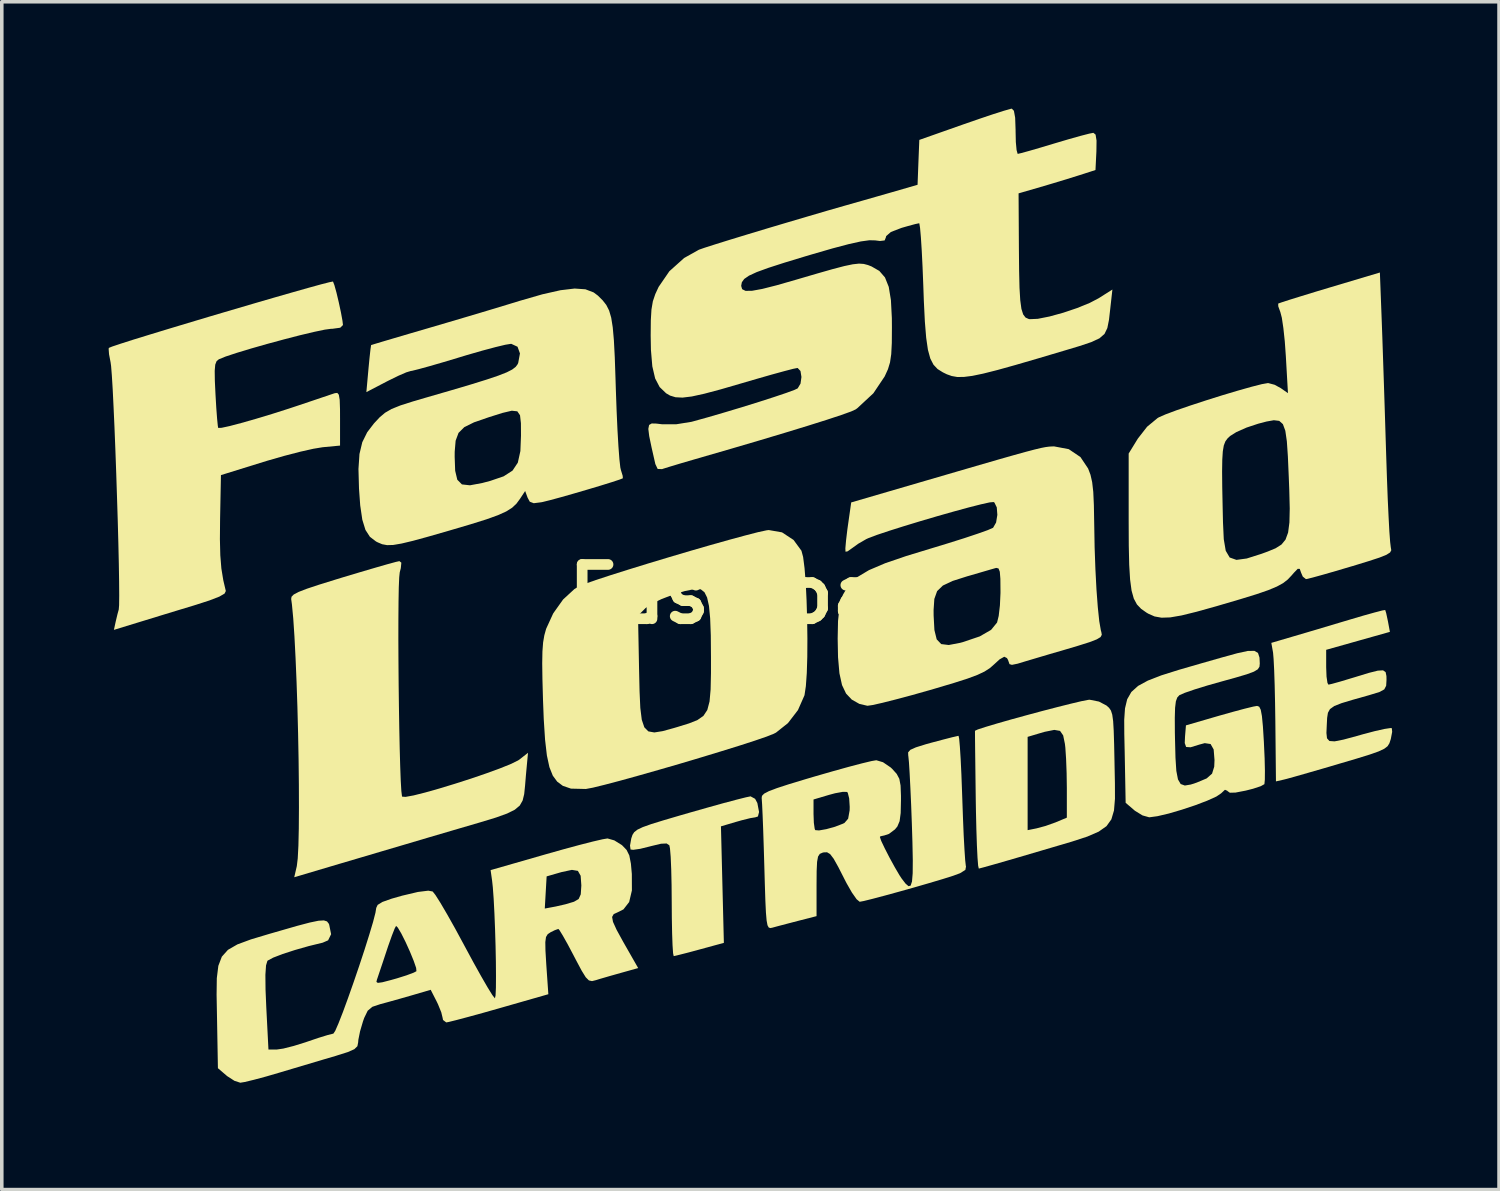
<source format=kicad_pcb>
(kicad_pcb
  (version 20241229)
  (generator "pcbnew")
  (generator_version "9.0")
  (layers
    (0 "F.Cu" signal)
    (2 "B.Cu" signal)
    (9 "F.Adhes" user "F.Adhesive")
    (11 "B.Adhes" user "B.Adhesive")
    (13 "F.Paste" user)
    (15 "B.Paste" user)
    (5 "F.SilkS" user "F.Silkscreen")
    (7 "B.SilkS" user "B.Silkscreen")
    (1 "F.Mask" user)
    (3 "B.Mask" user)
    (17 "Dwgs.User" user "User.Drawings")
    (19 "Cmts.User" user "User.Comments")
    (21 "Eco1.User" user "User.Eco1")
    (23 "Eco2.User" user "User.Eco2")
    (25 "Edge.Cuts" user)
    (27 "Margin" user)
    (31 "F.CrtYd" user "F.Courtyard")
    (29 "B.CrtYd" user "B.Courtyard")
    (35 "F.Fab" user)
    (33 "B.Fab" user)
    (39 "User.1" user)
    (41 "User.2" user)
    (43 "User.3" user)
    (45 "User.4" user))
  (footprint "FastLoad"
    (layer "F.Cu")
    (at 18.012 13.632)
    (property "Reference" "FastLoad" (at 0 0 0) (layer "F.SilkS") (effects (font (size 1.524 1.524) (thickness 0.3))))
    (attr board_only exclude_from_pos_files exclude_from_bom)
    (fp_poly (pts (xy 0.138 5.745) (xy 0.201 5.863) (xy 0.249 6.116) (xy 0.217 6.241) (xy 0.142 6.265) (xy 0.001 6.288) (xy -0.236 6.347) (xy -0.395 6.392) (xy -0.821 6.518) (xy -0.78 8.153) (xy -0.739 9.789) (xy -1.417 9.974) (xy -1.735 10.06) (xy -1.987 10.124) (xy -2.131 10.158) (xy -2.148 10.16) (xy -2.165 10.08) (xy -2.18 9.857) (xy -2.192 9.519) (xy -2.2 9.092) (xy -2.203 8.657) (xy -2.207 8.165) (xy -2.217 7.728) (xy -2.232 7.376) (xy -2.252 7.139) (xy -2.27 7.05) (xy -2.347 6.999) (xy -2.503 7.006) (xy -2.775 7.071) (xy -2.821 7.083) (xy -3.088 7.149) (xy -3.285 7.177) (xy -3.359 7.168) (xy -3.374 7.058) (xy -3.34 6.864) (xy -3.336 6.85) (xy -3.305 6.757) (xy -3.256 6.681) (xy -3.168 6.612) (xy -3.017 6.54) (xy -2.782 6.456) (xy -2.439 6.35) (xy -1.967 6.211) (xy -1.693 6.132) (xy -1.197 5.991) (xy -0.752 5.867) (xy -0.383 5.769) (xy -0.121 5.703) (xy 0.009 5.676) (xy 0.011 5.676)) (stroke (width 0) (type solid)) (fill yes) (layer "F.SilkS"))
    (fp_poly (pts (xy 9.792 3.015) (xy 10.002 3.125) (xy 10.075 3.19) (xy 10.128 3.267) (xy 10.165 3.383) (xy 10.19 3.564) (xy 10.206 3.835) (xy 10.218 4.223) (xy 10.229 4.754) (xy 10.229 4.765) (xy 10.24 5.315) (xy 10.241 5.744) (xy 10.214 6.072) (xy 10.14 6.322) (xy 10.003 6.513) (xy 9.784 6.667) (xy 9.466 6.805) (xy 9.031 6.947) (xy 8.461 7.115) (xy 8.169 7.201) (xy 7.66 7.351) (xy 7.207 7.483) (xy 6.834 7.59) (xy 6.567 7.665) (xy 6.43 7.701) (xy 6.418 7.703) (xy 6.4 7.623) (xy 6.382 7.397) (xy 6.365 7.049) (xy 6.351 6.625) (xy 7.789 6.625) (xy 8.039 6.575) (xy 8.292 6.507) (xy 8.57 6.408) (xy 8.589 6.4) (xy 8.89 6.274) (xy 8.89 5.435) (xy 8.884 5.022) (xy 8.869 4.625) (xy 8.848 4.307) (xy 8.836 4.203) (xy 8.787 3.965) (xy 8.699 3.838) (xy 8.538 3.81) (xy 8.269 3.864) (xy 8.117 3.908) (xy 7.789 4.006) (xy 7.789 6.625) (xy 6.351 6.625) (xy 6.35 6.604) (xy 6.338 6.083) (xy 6.333 5.779) (xy 6.326 5.227) (xy 6.32 4.735) (xy 6.315 4.327) (xy 6.312 4.028) (xy 6.311 3.861) (xy 6.311 3.835) (xy 6.392 3.797) (xy 6.607 3.727) (xy 6.925 3.632) (xy 7.316 3.52) (xy 7.749 3.401) (xy 8.195 3.281) (xy 8.622 3.17) (xy 9.001 3.075) (xy 9.3 3.004) (xy 9.49 2.967) (xy 9.53 2.963)) (stroke (width 0) (type solid)) (fill yes) (layer "F.SilkS"))
    (fp_poly (pts (xy -9.794 -0.885) (xy -9.809 -0.731) (xy -9.839 -0.614) (xy -9.854 -0.473) (xy -9.866 -0.19) (xy -9.873 0.21) (xy -9.877 0.704) (xy -9.878 1.269) (xy -9.875 1.882) (xy -9.87 2.519) (xy -9.862 3.156) (xy -9.852 3.77) (xy -9.84 4.337) (xy -9.826 4.835) (xy -9.811 5.239) (xy -9.794 5.526) (xy -9.776 5.673) (xy -9.772 5.684) (xy -9.676 5.691) (xy -9.45 5.65) (xy -9.124 5.568) (xy -8.728 5.456) (xy -8.291 5.323) (xy -7.842 5.179) (xy -7.41 5.031) (xy -7.026 4.891) (xy -6.719 4.767) (xy -6.517 4.668) (xy -6.477 4.641) (xy -6.238 4.453) (xy -6.296 5.077) (xy -6.321 5.379) (xy -6.345 5.613) (xy -6.389 5.793) (xy -6.47 5.935) (xy -6.609 6.051) (xy -6.824 6.158) (xy -7.135 6.27) (xy -7.561 6.4) (xy -8.122 6.564) (xy -8.367 6.636) (xy -9.007 6.824) (xy -9.682 7.024) (xy -10.346 7.22) (xy -10.951 7.399) (xy -11.452 7.547) (xy -11.544 7.574) (xy -12.801 7.947) (xy -12.729 7.635) (xy -12.703 7.42) (xy -12.684 7.06) (xy -12.673 6.578) (xy -12.669 5.998) (xy -12.671 5.343) (xy -12.679 4.639) (xy -12.693 3.907) (xy -12.712 3.173) (xy -12.736 2.46) (xy -12.764 1.791) (xy -12.795 1.19) (xy -12.829 0.681) (xy -12.866 0.288) (xy -12.887 0.135) (xy -12.877 0.072) (xy -12.815 0.009) (xy -12.679 -0.063) (xy -12.449 -0.152) (xy -12.103 -0.267) (xy -11.623 -0.416) (xy -11.43 -0.475) (xy -10.952 -0.618) (xy -10.527 -0.743) (xy -10.183 -0.842) (xy -9.947 -0.906) (xy -9.849 -0.928)) (stroke (width 0) (type solid)) (fill yes) (layer "F.SilkS"))
    (fp_poly (pts (xy 17.828 0.444) (xy 17.856 0.533) (xy 17.897 0.724) (xy 17.905 0.762) (xy 17.96 1.058) (xy 17.065 1.31) (xy 16.171 1.562) (xy 16.171 2.051) (xy 16.181 2.313) (xy 16.207 2.491) (xy 16.235 2.54) (xy 16.34 2.516) (xy 16.564 2.454) (xy 16.866 2.363) (xy 16.976 2.33) (xy 17.364 2.211) (xy 17.618 2.147) (xy 17.768 2.138) (xy 17.84 2.188) (xy 17.863 2.299) (xy 17.865 2.407) (xy 17.855 2.571) (xy 17.802 2.673) (xy 17.665 2.747) (xy 17.407 2.826) (xy 17.378 2.835) (xy 16.923 2.963) (xy 16.604 3.059) (xy 16.398 3.14) (xy 16.278 3.225) (xy 16.22 3.33) (xy 16.198 3.473) (xy 16.188 3.669) (xy 16.178 3.897) (xy 16.194 4.046) (xy 16.262 4.122) (xy 16.407 4.132) (xy 16.656 4.083) (xy 17.033 3.981) (xy 17.202 3.933) (xy 17.539 3.844) (xy 17.811 3.783) (xy 17.979 3.758) (xy 18.014 3.762) (xy 18.024 3.866) (xy 17.987 4.058) (xy 17.98 4.083) (xy 17.946 4.186) (xy 17.895 4.268) (xy 17.801 4.34) (xy 17.642 4.415) (xy 17.392 4.503) (xy 17.027 4.616) (xy 16.549 4.757) (xy 16.081 4.895) (xy 15.655 5.018) (xy 15.305 5.118) (xy 15.064 5.185) (xy 14.98 5.206) (xy 14.761 5.256) (xy 14.744 3.581) (xy 14.736 3.047) (xy 14.725 2.555) (xy 14.711 2.136) (xy 14.695 1.822) (xy 14.68 1.643) (xy 14.679 1.636) (xy 14.631 1.367) (xy 15.253 1.184) (xy 15.6 1.082) (xy 16.043 0.95) (xy 16.519 0.808) (xy 16.841 0.712) (xy 17.217 0.601) (xy 17.529 0.514) (xy 17.743 0.458) (xy 17.828 0.444)) (stroke (width 0) (type solid)) (fill yes) (layer "F.SilkS"))
    (fp_poly (pts (xy 14.257 1.651) (xy 14.299 1.78) (xy 14.307 1.947) (xy 14.298 2.037) (xy 14.251 2.109) (xy 14.142 2.175) (xy 13.942 2.249) (xy 13.628 2.342) (xy 13.249 2.447) (xy 12.838 2.563) (xy 12.478 2.674) (xy 12.205 2.768) (xy 12.055 2.833) (xy 12.048 2.838) (xy 11.99 2.901) (xy 11.951 3.009) (xy 11.929 3.19) (xy 11.921 3.472) (xy 11.923 3.885) (xy 11.927 4.075) (xy 11.94 4.593) (xy 11.964 4.961) (xy 12.01 5.2) (xy 12.086 5.33) (xy 12.203 5.372) (xy 12.371 5.344) (xy 12.532 5.291) (xy 12.814 5.173) (xy 12.967 5.039) (xy 13.028 4.843) (xy 13.036 4.657) (xy 13.012 4.359) (xy 12.926 4.207) (xy 12.762 4.182) (xy 12.612 4.222) (xy 12.365 4.298) (xy 12.239 4.29) (xy 12.2 4.179) (xy 12.208 4) (xy 12.234 3.683) (xy 13.166 3.412) (xy 13.55 3.304) (xy 13.882 3.215) (xy 14.124 3.156) (xy 14.232 3.137) (xy 14.291 3.159) (xy 14.334 3.245) (xy 14.367 3.422) (xy 14.395 3.715) (xy 14.422 4.149) (xy 14.424 4.196) (xy 14.443 4.607) (xy 14.451 4.955) (xy 14.449 5.208) (xy 14.437 5.33) (xy 14.436 5.334) (xy 14.334 5.391) (xy 14.119 5.462) (xy 13.911 5.515) (xy 13.625 5.57) (xy 13.466 5.574) (xy 13.4 5.527) (xy 13.397 5.52) (xy 13.329 5.491) (xy 13.222 5.591) (xy 13.087 5.682) (xy 12.83 5.798) (xy 12.493 5.926) (xy 12.12 6.05) (xy 11.753 6.158) (xy 11.434 6.233) (xy 11.206 6.264) (xy 11.202 6.264) (xy 11.014 6.211) (xy 10.802 6.081) (xy 10.779 6.061) (xy 10.541 5.857) (xy 10.514 4.423) (xy 10.503 3.927) (xy 10.501 3.526) (xy 10.523 3.206) (xy 10.584 2.951) (xy 10.701 2.746) (xy 10.889 2.576) (xy 11.164 2.426) (xy 11.54 2.28) (xy 12.035 2.124) (xy 12.664 1.942) (xy 13.242 1.777) (xy 13.674 1.658) (xy 13.97 1.594) (xy 14.156 1.591)) (stroke (width 0) (type solid)) (fill yes) (layer "F.SilkS"))
    (fp_poly (pts (xy 0.893 -1.736) (xy 1.217 -1.523) (xy 1.439 -1.22) (xy 1.486 -1.044) (xy 1.526 -0.731) (xy 1.559 -0.313) (xy 1.583 0.176) (xy 1.599 0.706) (xy 1.606 1.244) (xy 1.603 1.758) (xy 1.589 2.214) (xy 1.563 2.581) (xy 1.526 2.828) (xy 1.522 2.844) (xy 1.341 3.254) (xy 1.06 3.62) (xy 0.725 3.886) (xy 0.659 3.92) (xy 0.462 3.998) (xy 0.131 4.112) (xy -0.305 4.253) (xy -0.82 4.413) (xy -1.389 4.586) (xy -1.983 4.763) (xy -2.577 4.935) (xy -3.144 5.096) (xy -3.657 5.238) (xy -4.09 5.352) (xy -4.416 5.432) (xy -4.609 5.468) (xy -4.614 5.469) (xy -5.032 5.459) (xy -5.26 5.381) (xy -5.418 5.263) (xy -5.542 5.095) (xy -5.637 4.856) (xy -5.708 4.527) (xy -5.759 4.085) (xy -5.796 3.511) (xy -5.817 2.968) (xy -5.833 2.384) (xy -5.839 1.941) (xy -5.833 1.608) (xy -5.814 1.355) (xy -5.78 1.155) (xy -5.73 0.976) (xy -5.727 0.968) (xy -5.559 0.601) (xy -3.149 0.601) (xy -3.12 2.108) (xy -3.106 2.727) (xy -3.085 3.193) (xy -3.044 3.525) (xy -2.972 3.738) (xy -2.859 3.852) (xy -2.691 3.882) (xy -2.459 3.845) (xy -2.15 3.76) (xy -2.038 3.727) (xy -1.718 3.628) (xy -1.48 3.533) (xy -1.313 3.416) (xy -1.204 3.251) (xy -1.141 3.012) (xy -1.111 2.674) (xy -1.101 2.211) (xy -1.101 1.78) (xy -1.106 1.154) (xy -1.124 0.678) (xy -1.157 0.33) (xy -1.21 0.093) (xy -1.284 -0.055) (xy -1.383 -0.133) (xy -1.395 -0.138) (xy -1.566 -0.142) (xy -1.838 -0.087) (xy -2.162 0.012) (xy -2.486 0.136) (xy -2.763 0.268) (xy -2.938 0.39) (xy -3.149 0.601) (xy -5.559 0.601) (xy -5.529 0.537) (xy -5.253 0.149) (xy -4.937 -0.142) (xy -4.813 -0.219) (xy -4.639 -0.29) (xy -4.332 -0.398) (xy -3.917 -0.534) (xy -3.419 -0.691) (xy -2.865 -0.862) (xy -2.28 -1.038) (xy -1.689 -1.213) (xy -1.118 -1.378) (xy -0.592 -1.526) (xy -0.138 -1.649) (xy 0.219 -1.741) (xy 0.454 -1.792) (xy 0.519 -1.801)) (stroke (width 0) (type solid)) (fill yes) (layer "F.SilkS"))
    (fp_poly (pts (xy -11.713 -8.778) (xy -11.674 -8.678) (xy -11.615 -8.465) (xy -11.55 -8.191) (xy -11.49 -7.911) (xy -11.447 -7.676) (xy -11.433 -7.556) (xy -11.51 -7.481) (xy -11.732 -7.451) (xy -11.766 -7.451) (xy -11.944 -7.427) (xy -12.248 -7.363) (xy -12.643 -7.269) (xy -13.092 -7.153) (xy -13.561 -7.026) (xy -14.013 -6.897) (xy -14.413 -6.776) (xy -14.725 -6.673) (xy -14.913 -6.597) (xy -14.918 -6.595) (xy -14.981 -6.542) (xy -15.019 -6.445) (xy -15.034 -6.271) (xy -15.03 -5.99) (xy -15.012 -5.609) (xy -14.99 -5.235) (xy -14.967 -4.93) (xy -14.947 -4.729) (xy -14.936 -4.668) (xy -14.842 -4.671) (xy -14.615 -4.72) (xy -14.285 -4.807) (xy -13.878 -4.923) (xy -13.424 -5.06) (xy -12.95 -5.211) (xy -12.7 -5.294) (xy -12.325 -5.42) (xy -11.999 -5.53) (xy -11.762 -5.61) (xy -11.663 -5.643) (xy -11.592 -5.651) (xy -11.549 -5.599) (xy -11.525 -5.456) (xy -11.516 -5.193) (xy -11.515 -4.932) (xy -11.515 -4.172) (xy -12.002 -4.126) (xy -12.263 -4.083) (xy -12.64 -3.998) (xy -13.086 -3.882) (xy -13.556 -3.747) (xy -13.674 -3.711) (xy -14.859 -3.343) (xy -14.883 -2.116) (xy -14.888 -1.541) (xy -14.877 -1.091) (xy -14.847 -0.722) (xy -14.793 -0.391) (xy -14.722 -0.089) (xy -14.756 -0.018) (xy -14.903 0.068) (xy -15.182 0.176) (xy -15.608 0.313) (xy -15.621 0.317) (xy -16.08 0.456) (xy -16.562 0.603) (xy -16.995 0.736) (xy -17.208 0.801) (xy -17.864 1.002) (xy -17.815 0.776) (xy -17.764 0.561) (xy -17.728 0.431) (xy -17.718 0.307) (xy -17.715 0.036) (xy -17.718 -0.358) (xy -17.726 -0.854) (xy -17.739 -1.429) (xy -17.756 -2.059) (xy -17.777 -2.723) (xy -17.799 -3.398) (xy -17.823 -4.061) (xy -17.848 -4.689) (xy -17.874 -5.261) (xy -17.898 -5.752) (xy -17.922 -6.142) (xy -17.943 -6.406) (xy -17.957 -6.508) (xy -18.001 -6.738) (xy -18.012 -6.889) (xy -18.005 -6.915) (xy -17.912 -6.953) (xy -17.679 -7.031) (xy -17.329 -7.143) (xy -16.881 -7.281) (xy -16.359 -7.44) (xy -15.782 -7.614) (xy -15.174 -7.796) (xy -14.554 -7.979) (xy -13.945 -8.158) (xy -13.368 -8.326) (xy -12.845 -8.476) (xy -12.396 -8.603) (xy -12.044 -8.7) (xy -11.809 -8.76) (xy -11.714 -8.778)) (stroke (width 0) (type solid)) (fill yes) (layer "F.SilkS"))
    (fp_poly (pts (xy 17.731 -7.669) (xy 17.748 -7.204) (xy 17.768 -6.611) (xy 17.791 -5.929) (xy 17.815 -5.199) (xy 17.838 -4.463) (xy 17.856 -3.895) (xy 17.877 -3.264) (xy 17.899 -2.683) (xy 17.923 -2.174) (xy 17.945 -1.761) (xy 17.967 -1.467) (xy 17.985 -1.315) (xy 17.987 -1.306) (xy 17.999 -1.234) (xy 17.965 -1.171) (xy 17.863 -1.106) (xy 17.669 -1.028) (xy 17.36 -0.927) (xy 16.914 -0.79) (xy 16.868 -0.777) (xy 16.443 -0.651) (xy 16.074 -0.545) (xy 15.791 -0.467) (xy 15.627 -0.427) (xy 15.602 -0.423) (xy 15.514 -0.494) (xy 15.466 -0.605) (xy 15.429 -0.711) (xy 15.372 -0.712) (xy 15.26 -0.596) (xy 15.2 -0.526) (xy 15.091 -0.411) (xy 14.961 -0.31) (xy 14.786 -0.214) (xy 14.544 -0.113) (xy 14.21 0.002) (xy 13.762 0.14) (xy 13.177 0.312) (xy 13.089 0.338) (xy 12.533 0.493) (xy 12.11 0.597) (xy 11.791 0.652) (xy 11.548 0.66) (xy 11.353 0.625) (xy 11.178 0.548) (xy 11.127 0.518) (xy 10.976 0.412) (xy 10.858 0.288) (xy 10.77 0.124) (xy 10.707 -0.102) (xy 10.666 -0.411) (xy 10.641 -0.824) (xy 10.629 -1.363) (xy 10.626 -2.048) (xy 10.626 -2.081) (xy 10.626 -3.444) (xy 13.249 -3.444) (xy 13.253 -2.998) (xy 13.265 -2.416) (xy 13.274 -2.017) (xy 13.296 -1.543) (xy 13.351 -1.219) (xy 13.462 -1.03) (xy 13.652 -0.963) (xy 13.941 -1.002) (xy 14.354 -1.133) (xy 14.532 -1.198) (xy 14.751 -1.289) (xy 14.914 -1.392) (xy 15.029 -1.531) (xy 15.102 -1.73) (xy 15.139 -2.013) (xy 15.148 -2.404) (xy 15.135 -2.927) (xy 15.121 -3.286) (xy 15.096 -3.864) (xy 15.067 -4.292) (xy 15.024 -4.589) (xy 14.956 -4.774) (xy 14.853 -4.866) (xy 14.702 -4.884) (xy 14.494 -4.847) (xy 14.262 -4.786) (xy 13.936 -4.678) (xy 13.646 -4.549) (xy 13.474 -4.441) (xy 13.398 -4.369) (xy 13.34 -4.288) (xy 13.297 -4.176) (xy 13.269 -4.012) (xy 13.254 -3.775) (xy 13.249 -3.444) (xy 10.626 -3.444) (xy 10.626 -3.949) (xy 10.883 -4.367) (xy 11.143 -4.701) (xy 11.438 -4.945) (xy 11.476 -4.967) (xy 11.663 -5.049) (xy 11.968 -5.163) (xy 12.358 -5.297) (xy 12.798 -5.441) (xy 13.253 -5.584) (xy 13.689 -5.714) (xy 14.071 -5.822) (xy 14.365 -5.897) (xy 14.536 -5.927) (xy 14.543 -5.927) (xy 14.722 -5.88) (xy 14.896 -5.785) (xy 15.098 -5.644) (xy 15.039 -6.676) (xy 15.009 -7.097) (xy 14.969 -7.472) (xy 14.926 -7.761) (xy 14.885 -7.918) (xy 14.826 -8.082) (xy 14.824 -8.159) (xy 14.913 -8.191) (xy 15.137 -8.264) (xy 15.469 -8.367) (xy 15.883 -8.494) (xy 16.269 -8.61) (xy 17.679 -9.031)) (stroke (width 0) (type solid)) (fill yes) (layer "F.SilkS"))
    (fp_poly (pts (xy 8.943 -4.072) (xy 9.272 -3.85) (xy 9.487 -3.529) (xy 9.554 -3.353) (xy 9.601 -3.145) (xy 9.632 -2.873) (xy 9.649 -2.501) (xy 9.658 -1.997) (xy 9.659 -1.947) (xy 9.67 -1.316) (xy 9.692 -0.702) (xy 9.722 -0.132) (xy 9.759 0.363) (xy 9.8 0.756) (xy 9.845 1.016) (xy 9.859 1.065) (xy 9.871 1.14) (xy 9.837 1.204) (xy 9.731 1.268) (xy 9.53 1.346) (xy 9.21 1.447) (xy 8.833 1.559) (xy 8.407 1.683) (xy 8.023 1.797) (xy 7.717 1.888) (xy 7.529 1.945) (xy 7.514 1.95) (xy 7.349 1.984) (xy 7.28 1.964) (xy 7.239 1.847) (xy 7.209 1.794) (xy 7.133 1.756) (xy 7.002 1.83) (xy 6.85 1.969) (xy 6.727 2.077) (xy 6.579 2.172) (xy 6.38 2.266) (xy 6.104 2.369) (xy 5.723 2.491) (xy 5.213 2.643) (xy 5.038 2.694) (xy 4.542 2.834) (xy 4.088 2.955) (xy 3.709 3.051) (xy 3.432 3.113) (xy 3.292 3.133) (xy 3.067 3.081) (xy 2.851 2.959) (xy 2.691 2.789) (xy 2.578 2.551) (xy 2.505 2.219) (xy 2.466 1.769) (xy 2.456 1.245) (xy 2.466 0.753) (xy 2.499 0.444) (xy 5.149 0.444) (xy 5.15 0.597) (xy 5.172 1.007) (xy 5.236 1.268) (xy 5.363 1.401) (xy 5.575 1.427) (xy 5.894 1.366) (xy 5.969 1.346) (xy 6.445 1.185) (xy 6.763 1.002) (xy 6.931 0.796) (xy 6.977 0.611) (xy 7.011 0.316) (xy 7.027 -0.032) (xy 7.027 -0.094) (xy 7.024 -0.431) (xy 7.008 -0.63) (xy 6.972 -0.722) (xy 6.91 -0.738) (xy 6.879 -0.73) (xy 6.729 -0.687) (xy 6.469 -0.611) (xy 6.15 -0.518) (xy 6.096 -0.503) (xy 5.684 -0.372) (xy 5.41 -0.243) (xy 5.248 -0.086) (xy 5.17 0.133) (xy 5.149 0.444) (xy 2.499 0.444) (xy 2.508 0.352) (xy 2.599 0.024) (xy 2.756 -0.245) (xy 2.996 -0.473) (xy 3.334 -0.675) (xy 3.789 -0.869) (xy 4.376 -1.07) (xy 5.042 -1.273) (xy 5.551 -1.428) (xy 6.009 -1.572) (xy 6.389 -1.699) (xy 6.665 -1.797) (xy 6.81 -1.86) (xy 6.821 -1.867) (xy 6.904 -2.013) (xy 6.939 -2.227) (xy 6.923 -2.437) (xy 6.856 -2.574) (xy 6.833 -2.587) (xy 6.722 -2.577) (xy 6.479 -2.523) (xy 6.133 -2.435) (xy 5.715 -2.321) (xy 5.253 -2.19) (xy 4.777 -2.05) (xy 4.317 -1.91) (xy 3.902 -1.779) (xy 3.561 -1.665) (xy 3.324 -1.576) (xy 3.26 -1.547) (xy 3.033 -1.416) (xy 2.857 -1.289) (xy 2.731 -1.201) (xy 2.676 -1.193) (xy 2.672 -1.287) (xy 2.691 -1.506) (xy 2.727 -1.808) (xy 2.74 -1.902) (xy 2.836 -2.576) (xy 4.953 -3.194) (xy 5.769 -3.432) (xy 6.438 -3.627) (xy 6.977 -3.783) (xy 7.403 -3.904) (xy 7.731 -3.995) (xy 7.978 -4.06) (xy 8.16 -4.104) (xy 8.293 -4.13) (xy 8.393 -4.143) (xy 8.478 -4.148) (xy 8.533 -4.149)) (stroke (width 0) (type solid)) (fill yes) (layer "F.SilkS"))
    (fp_poly (pts (xy 5.867 4.059) (xy 5.887 4.284) (xy 5.909 4.629) (xy 5.93 5.069) (xy 5.949 5.579) (xy 5.955 5.749) (xy 5.974 6.285) (xy 5.994 6.769) (xy 6.016 7.172) (xy 6.036 7.467) (xy 6.054 7.628) (xy 6.059 7.645) (xy 6.041 7.741) (xy 5.892 7.834) (xy 5.7 7.905) (xy 5.399 8) (xy 5.022 8.112) (xy 4.604 8.233) (xy 4.177 8.353) (xy 3.776 8.463) (xy 3.436 8.553) (xy 3.19 8.614) (xy 3.074 8.636) (xy 2.988 8.565) (xy 2.856 8.377) (xy 2.702 8.108) (xy 2.658 8.022) (xy 2.474 7.661) (xy 2.343 7.427) (xy 2.244 7.297) (xy 2.158 7.246) (xy 2.063 7.249) (xy 2.029 7.258) (xy 1.954 7.291) (xy 1.905 7.367) (xy 1.878 7.515) (xy 1.866 7.769) (xy 1.863 8.159) (xy 1.863 8.17) (xy 1.863 9.039) (xy 1.333 9.175) (xy 1.026 9.255) (xy 0.764 9.324) (xy 0.625 9.362) (xy 0.565 9.374) (xy 0.52 9.358) (xy 0.486 9.295) (xy 0.461 9.162) (xy 0.442 8.94) (xy 0.426 8.606) (xy 0.411 8.142) (xy 0.397 7.648) (xy 0.381 7.11) (xy 0.365 6.622) (xy 0.349 6.213) (xy 0.347 6.17) (xy 1.778 6.17) (xy 1.787 6.418) (xy 1.811 6.587) (xy 1.826 6.624) (xy 1.932 6.633) (xy 2.137 6.597) (xy 2.379 6.53) (xy 2.598 6.446) (xy 2.646 6.423) (xy 2.75 6.303) (xy 2.792 6.068) (xy 2.794 5.971) (xy 2.779 5.734) (xy 2.74 5.578) (xy 2.72 5.552) (xy 2.603 5.549) (xy 2.383 5.589) (xy 2.212 5.635) (xy 1.778 5.764) (xy 1.778 6.17) (xy 0.347 6.17) (xy 0.335 5.91) (xy 0.324 5.741) (xy 0.322 5.724) (xy 0.331 5.662) (xy 0.391 5.6) (xy 0.525 5.53) (xy 0.75 5.445) (xy 1.09 5.334) (xy 1.563 5.191) (xy 1.82 5.115) (xy 2.314 4.973) (xy 2.763 4.848) (xy 3.137 4.75) (xy 3.407 4.685) (xy 3.541 4.662) (xy 3.729 4.718) (xy 3.943 4.864) (xy 3.986 4.904) (xy 4.113 5.045) (xy 4.187 5.184) (xy 4.222 5.372) (xy 4.233 5.66) (xy 4.233 5.793) (xy 4.225 6.144) (xy 4.195 6.372) (xy 4.132 6.522) (xy 4.064 6.604) (xy 3.896 6.73) (xy 3.768 6.773) (xy 3.655 6.798) (xy 3.641 6.818) (xy 3.679 6.928) (xy 3.778 7.136) (xy 3.912 7.397) (xy 4.058 7.663) (xy 4.189 7.887) (xy 4.25 7.98) (xy 4.361 8.125) (xy 4.445 8.198) (xy 4.504 8.183) (xy 4.543 8.066) (xy 4.562 7.834) (xy 4.565 7.472) (xy 4.555 6.966) (xy 4.539 6.456) (xy 4.519 5.918) (xy 4.497 5.43) (xy 4.476 5.02) (xy 4.457 4.716) (xy 4.44 4.546) (xy 4.437 4.529) (xy 4.434 4.441) (xy 4.496 4.37) (xy 4.652 4.3) (xy 4.931 4.213) (xy 5.097 4.167) (xy 5.421 4.081) (xy 5.678 4.015) (xy 5.829 3.98) (xy 5.85 3.977)) (stroke (width 0) (type solid)) (fill yes) (layer "F.SilkS"))
    (fp_poly (pts (xy -4.626 -8.56) (xy -4.395 -8.472) (xy -4.275 -8.382) (xy -4.143 -8.251) (xy -4.04 -8.12) (xy -3.961 -7.964) (xy -3.902 -7.763) (xy -3.859 -7.492) (xy -3.827 -7.13) (xy -3.802 -6.653) (xy -3.781 -6.04) (xy -3.771 -5.721) (xy -3.75 -5.141) (xy -3.726 -4.608) (xy -3.699 -4.148) (xy -3.672 -3.789) (xy -3.646 -3.556) (xy -3.63 -3.487) (xy -3.58 -3.324) (xy -3.575 -3.254) (xy -3.668 -3.217) (xy -3.887 -3.145) (xy -4.196 -3.049) (xy -4.56 -2.94) (xy -4.94 -2.829) (xy -5.301 -2.726) (xy -5.607 -2.643) (xy -5.82 -2.59) (xy -5.863 -2.581) (xy -6.077 -2.554) (xy -6.188 -2.596) (xy -6.249 -2.709) (xy -6.318 -2.897) (xy -6.462 -2.678) (xy -6.562 -2.542) (xy -6.683 -2.428) (xy -6.849 -2.323) (xy -7.082 -2.218) (xy -7.407 -2.101) (xy -7.847 -1.963) (xy -8.426 -1.792) (xy -8.46 -1.782) (xy -9.031 -1.618) (xy -9.465 -1.499) (xy -9.787 -1.422) (xy -10.022 -1.382) (xy -10.195 -1.377) (xy -10.331 -1.402) (xy -10.455 -1.454) (xy -10.504 -1.479) (xy -10.676 -1.61) (xy -10.802 -1.805) (xy -10.89 -2.091) (xy -10.949 -2.494) (xy -10.983 -2.966) (xy -10.998 -3.515) (xy -10.975 -3.856) (xy -8.297 -3.856) (xy -8.283 -3.465) (xy -8.223 -3.213) (xy -8.093 -3.082) (xy -7.868 -3.057) (xy -7.524 -3.121) (xy -7.294 -3.182) (xy -6.922 -3.309) (xy -6.673 -3.469) (xy -6.524 -3.693) (xy -6.452 -4.018) (xy -6.435 -4.45) (xy -6.437 -4.8) (xy -6.462 -5.023) (xy -6.538 -5.134) (xy -6.693 -5.151) (xy -6.955 -5.089) (xy -7.342 -4.967) (xy -7.753 -4.825) (xy -8.026 -4.69) (xy -8.189 -4.528) (xy -8.27 -4.309) (xy -8.296 -4) (xy -8.297 -3.856) (xy -10.975 -3.856) (xy -10.97 -3.935) (xy -10.891 -4.266) (xy -10.752 -4.547) (xy -10.563 -4.794) (xy -10.405 -4.964) (xy -10.251 -5.094) (xy -10.068 -5.2) (xy -9.819 -5.3) (xy -9.468 -5.412) (xy -9.106 -5.518) (xy -8.395 -5.724) (xy -7.831 -5.891) (xy -7.394 -6.027) (xy -7.069 -6.137) (xy -6.837 -6.228) (xy -6.682 -6.307) (xy -6.585 -6.381) (xy -6.53 -6.455) (xy -6.513 -6.493) (xy -6.464 -6.759) (xy -6.532 -6.947) (xy -6.704 -7.027) (xy -6.727 -7.027) (xy -6.875 -7.003) (xy -7.15 -6.937) (xy -7.52 -6.838) (xy -7.951 -6.714) (xy -8.175 -6.646) (xy -8.615 -6.514) (xy -9.001 -6.402) (xy -9.303 -6.319) (xy -9.491 -6.272) (xy -9.533 -6.265) (xy -9.656 -6.228) (xy -9.882 -6.13) (xy -10.165 -5.991) (xy -10.208 -5.969) (xy -10.776 -5.673) (xy -10.717 -6.327) (xy -10.687 -6.637) (xy -10.661 -6.872) (xy -10.644 -6.988) (xy -10.642 -6.994) (xy -10.559 -7.02) (xy -10.34 -7.086) (xy -10.009 -7.184) (xy -9.592 -7.307) (xy -9.114 -7.447) (xy -9.102 -7.45) (xy -8.517 -7.622) (xy -7.891 -7.807) (xy -7.282 -7.989) (xy -6.744 -8.152) (xy -6.477 -8.234) (xy -5.835 -8.419) (xy -5.326 -8.534) (xy -4.929 -8.581)) (stroke (width 0) (type solid)) (fill yes) (layer "F.SilkS"))
    (fp_poly (pts (xy 7.404 -13.571) (xy 7.439 -13.378) (xy 7.451 -13.035) (xy 7.451 -12.996) (xy 7.458 -12.693) (xy 7.479 -12.469) (xy 7.508 -12.365) (xy 7.514 -12.362) (xy 7.616 -12.386) (xy 7.845 -12.449) (xy 8.168 -12.543) (xy 8.551 -12.658) (xy 8.551 -12.658) (xy 8.94 -12.773) (xy 9.274 -12.867) (xy 9.518 -12.93) (xy 9.635 -12.953) (xy 9.697 -12.903) (xy 9.724 -12.735) (xy 9.72 -12.432) (xy 9.694 -11.909) (xy 9.229 -11.759) (xy 8.898 -11.656) (xy 8.497 -11.534) (xy 8.149 -11.431) (xy 7.535 -11.253) (xy 7.544 -9.712) (xy 7.55 -9.083) (xy 7.561 -8.603) (xy 7.582 -8.252) (xy 7.615 -8.009) (xy 7.664 -7.854) (xy 7.731 -7.766) (xy 7.82 -7.726) (xy 7.852 -7.721) (xy 8.075 -7.731) (xy 8.403 -7.796) (xy 8.788 -7.902) (xy 9.18 -8.034) (xy 9.531 -8.177) (xy 9.78 -8.307) (xy 10.169 -8.553) (xy 10.11 -8.023) (xy 10.073 -7.702) (xy 10.027 -7.471) (xy 9.947 -7.306) (xy 9.805 -7.183) (xy 9.576 -7.077) (xy 9.234 -6.963) (xy 8.841 -6.845) (xy 8.07 -6.616) (xy 7.442 -6.433) (xy 6.939 -6.293) (xy 6.543 -6.193) (xy 6.235 -6.129) (xy 5.997 -6.099) (xy 5.811 -6.098) (xy 5.658 -6.125) (xy 5.52 -6.174) (xy 5.408 -6.229) (xy 5.261 -6.321) (xy 5.146 -6.443) (xy 5.057 -6.616) (xy 4.99 -6.861) (xy 4.941 -7.199) (xy 4.904 -7.652) (xy 4.875 -8.239) (xy 4.86 -8.665) (xy 4.839 -9.189) (xy 4.816 -9.65) (xy 4.792 -10.023) (xy 4.769 -10.284) (xy 4.749 -10.407) (xy 4.744 -10.414) (xy 4.637 -10.392) (xy 4.423 -10.334) (xy 4.249 -10.284) (xy 3.95 -10.169) (xy 3.817 -10.053) (xy 3.81 -10.019) (xy 3.775 -9.932) (xy 3.644 -9.916) (xy 3.508 -9.933) (xy 3.347 -9.937) (xy 3.107 -9.904) (xy 2.769 -9.829) (xy 2.315 -9.709) (xy 1.725 -9.538) (xy 1.549 -9.486) (xy 0.957 -9.306) (xy 0.508 -9.161) (xy 0.184 -9.043) (xy -0.035 -8.942) (xy -0.168 -8.85) (xy -0.234 -8.758) (xy -0.253 -8.657) (xy -0.253 -8.655) (xy -0.226 -8.563) (xy -0.131 -8.516) (xy 0.051 -8.518) (xy 0.338 -8.57) (xy 0.748 -8.674) (xy 1.291 -8.83) (xy 1.871 -9) (xy 2.313 -9.126) (xy 2.641 -9.212) (xy 2.88 -9.262) (xy 3.055 -9.281) (xy 3.188 -9.272) (xy 3.306 -9.241) (xy 3.406 -9.202) (xy 3.625 -9.076) (xy 3.784 -8.893) (xy 3.89 -8.628) (xy 3.951 -8.256) (xy 3.977 -7.752) (xy 3.979 -7.499) (xy 3.976 -7.056) (xy 3.96 -6.74) (xy 3.926 -6.508) (xy 3.868 -6.316) (xy 3.78 -6.123) (xy 3.776 -6.114) (xy 3.459 -5.641) (xy 3.01 -5.224) (xy 2.963 -5.189) (xy 2.835 -5.13) (xy 2.558 -5.031) (xy 2.147 -4.895) (xy 1.617 -4.728) (xy 0.983 -4.534) (xy 0.259 -4.317) (xy -0.54 -4.082) (xy -1.145 -3.907) (xy -1.579 -3.781) (xy -1.962 -3.669) (xy -2.261 -3.579) (xy -2.444 -3.522) (xy -2.475 -3.511) (xy -2.598 -3.516) (xy -2.663 -3.654) (xy -2.768 -4.116) (xy -2.835 -4.437) (xy -2.86 -4.64) (xy -2.838 -4.751) (xy -2.765 -4.793) (xy -2.638 -4.79) (xy -2.477 -4.771) (xy -2.079 -4.77) (xy -1.65 -4.839) (xy -1.609 -4.85) (xy -1.173 -4.971) (xy -0.698 -5.11) (xy -0.212 -5.256) (xy 0.254 -5.401) (xy 0.672 -5.536) (xy 1.011 -5.65) (xy 1.242 -5.735) (xy 1.333 -5.778) (xy 1.413 -5.912) (xy 1.439 -6.098) (xy 1.412 -6.266) (xy 1.334 -6.349) (xy 1.322 -6.35) (xy 1.206 -6.327) (xy 0.957 -6.262) (xy 0.603 -6.165) (xy 0.173 -6.042) (xy -0.22 -5.927) (xy -0.822 -5.752) (xy -1.287 -5.628) (xy -1.638 -5.551) (xy -1.9 -5.519) (xy -2.096 -5.529) (xy -2.25 -5.576) (xy -2.361 -5.641) (xy -2.542 -5.815) (xy -2.669 -6.058) (xy -2.748 -6.398) (xy -2.787 -6.86) (xy -2.794 -7.262) (xy -2.79 -7.688) (xy -2.772 -7.992) (xy -2.733 -8.222) (xy -2.664 -8.426) (xy -2.571 -8.627) (xy -2.269 -9.067) (xy -1.854 -9.439) (xy -1.439 -9.671) (xy -1.282 -9.726) (xy -0.989 -9.82) (xy -0.585 -9.946) (xy -0.097 -10.095) (xy 0.449 -10.26) (xy 1.027 -10.432) (xy 1.61 -10.604) (xy 2.172 -10.769) (xy 2.688 -10.917) (xy 2.709 -10.923) (xy 3.153 -11.049) (xy 3.593 -11.175) (xy 3.974 -11.284) (xy 4.191 -11.347) (xy 4.699 -11.494) (xy 4.723 -12.124) (xy 4.748 -12.754) (xy 5.993 -13.193) (xy 6.429 -13.344) (xy 6.812 -13.473) (xy 7.113 -13.569) (xy 7.3 -13.623) (xy 7.345 -13.632)) (stroke (width 0) (type solid)) (fill yes) (layer "F.SilkS"))
    (fp_poly (pts (xy -3.815 6.912) (xy -3.606 7.042) (xy -3.593 7.053) (xy -3.47 7.181) (xy -3.394 7.335) (xy -3.349 7.565) (xy -3.323 7.855) (xy -3.321 8.317) (xy -3.398 8.643) (xy -3.558 8.849) (xy -3.723 8.932) (xy -3.832 8.982) (xy -3.877 9.062) (xy -3.852 9.2) (xy -3.751 9.422) (xy -3.568 9.756) (xy -3.519 9.842) (xy -3.145 10.497) (xy -3.625 10.631) (xy -3.933 10.718) (xy -4.208 10.798) (xy -4.334 10.837) (xy -4.441 10.863) (xy -4.528 10.844) (xy -4.617 10.755) (xy -4.73 10.573) (xy -4.891 10.271) (xy -4.952 10.154) (xy -5.12 9.836) (xy -5.261 9.585) (xy -5.356 9.431) (xy -5.386 9.398) (xy -5.487 9.434) (xy -5.605 9.492) (xy -5.685 9.546) (xy -5.733 9.626) (xy -5.752 9.768) (xy -5.748 10.007) (xy -5.726 10.377) (xy -5.724 10.409) (xy -5.667 11.231) (xy -7.05 11.627) (xy -7.513 11.758) (xy -7.922 11.87) (xy -8.249 11.957) (xy -8.464 12.01) (xy -8.534 12.023) (xy -8.624 11.954) (xy -8.636 11.892) (xy -8.673 11.739) (xy -8.765 11.513) (xy -8.803 11.434) (xy -8.97 11.107) (xy -9.502 11.263) (xy -9.848 11.362) (xy -10.188 11.457) (xy -10.385 11.51) (xy -10.607 11.584) (xy -10.739 11.695) (xy -10.837 11.897) (xy -10.872 11.997) (xy -10.953 12.272) (xy -11.001 12.511) (xy -11.007 12.584) (xy -11.028 12.691) (xy -11.113 12.774) (xy -11.296 12.855) (xy -11.61 12.954) (xy -11.62 12.958) (xy -11.964 13.059) (xy -12.404 13.19) (xy -12.877 13.331) (xy -13.198 13.427) (xy -13.589 13.541) (xy -13.932 13.633) (xy -14.188 13.695) (xy -14.315 13.716) (xy -14.479 13.663) (xy -14.679 13.534) (xy -14.706 13.512) (xy -14.944 13.308) (xy -14.97 11.855) (xy -14.981 11.246) (xy -14.975 10.781) (xy -14.932 10.434) (xy -14.834 10.177) (xy -14.662 9.985) (xy -14.396 9.832) (xy -14.017 9.692) (xy -13.507 9.539) (xy -13.205 9.452) (xy -12.715 9.311) (xy -12.362 9.218) (xy -12.121 9.168) (xy -11.969 9.159) (xy -11.881 9.187) (xy -11.832 9.25) (xy -11.82 9.278) (xy -11.766 9.546) (xy -11.85 9.718) (xy -12.002 9.784) (xy -12.391 9.879) (xy -12.778 9.989) (xy -13.126 10.102) (xy -13.394 10.205) (xy -13.543 10.285) (xy -13.555 10.296) (xy -13.593 10.422) (xy -13.611 10.687) (xy -13.607 11.101) (xy -13.586 11.597) (xy -13.525 12.785) (xy -13.297 12.785) (xy -13.107 12.757) (xy -12.818 12.684) (xy -12.486 12.581) (xy -12.44 12.565) (xy -12.128 12.459) (xy -11.872 12.38) (xy -11.718 12.341) (xy -11.704 12.339) (xy -11.651 12.261) (xy -11.559 12.05) (xy -11.435 11.733) (xy -11.291 11.34) (xy -11.135 10.898) (xy -11.131 10.886) (xy -10.494 10.886) (xy -10.454 10.913) (xy -10.329 10.896) (xy -10.086 10.833) (xy -9.919 10.786) (xy -9.649 10.701) (xy -9.446 10.625) (xy -9.37 10.585) (xy -9.379 10.492) (xy -9.447 10.295) (xy -9.552 10.038) (xy -9.675 9.766) (xy -9.796 9.525) (xy -9.894 9.36) (xy -9.942 9.313) (xy -9.982 9.388) (xy -10.06 9.587) (xy -10.162 9.874) (xy -10.208 10.012) (xy -10.317 10.341) (xy -10.409 10.614) (xy -10.467 10.787) (xy -10.478 10.816) (xy -10.494 10.886) (xy -11.131 10.886) (xy -10.977 10.435) (xy -10.827 9.98) (xy -10.695 9.561) (xy -10.589 9.206) (xy -10.521 8.943) (xy -10.499 8.808) (xy -10.459 8.723) (xy -10.324 8.64) (xy -10.067 8.549) (xy -9.769 8.464) (xy -9.328 8.36) (xy -9.038 8.324) (xy -8.915 8.347) (xy -8.838 8.444) (xy -8.697 8.666) (xy -8.507 8.99) (xy -8.282 9.39) (xy -8.037 9.843) (xy -8.015 9.884) (xy -7.772 10.334) (xy -7.553 10.727) (xy -7.371 11.042) (xy -7.239 11.255) (xy -7.17 11.343) (xy -7.166 11.344) (xy -7.149 11.265) (xy -7.139 11.047) (xy -7.137 10.722) (xy -7.14 10.32) (xy -7.149 9.872) (xy -7.163 9.407) (xy -7.181 8.958) (xy -7.188 8.826) (xy -5.767 8.826) (xy -5.457 8.768) (xy -5.187 8.706) (xy -4.955 8.637) (xy -4.944 8.633) (xy -4.816 8.558) (xy -4.757 8.427) (xy -4.741 8.186) (xy -4.741 8.17) (xy -4.76 7.905) (xy -4.838 7.768) (xy -5.005 7.74) (xy -5.291 7.801) (xy -5.334 7.813) (xy -5.715 7.923) (xy -5.741 8.374) (xy -5.767 8.826) (xy -7.188 8.826) (xy -7.202 8.555) (xy -7.226 8.228) (xy -7.246 8.043) (xy -7.288 7.747) (xy -5.739 7.302) (xy -5.242 7.162) (xy -4.791 7.04) (xy -4.416 6.944) (xy -4.144 6.881) (xy -4.006 6.858) (xy -4.005 6.858)) (stroke (width 0) (type solid)) (fill yes) (layer "F.SilkS")))
  (gr_rect
    (start -3 -3)
    (end 39.036 30.348)
    (stroke (width 0.1) (type default))
    (fill no)
    (layer "Edge.Cuts")))
</source>
